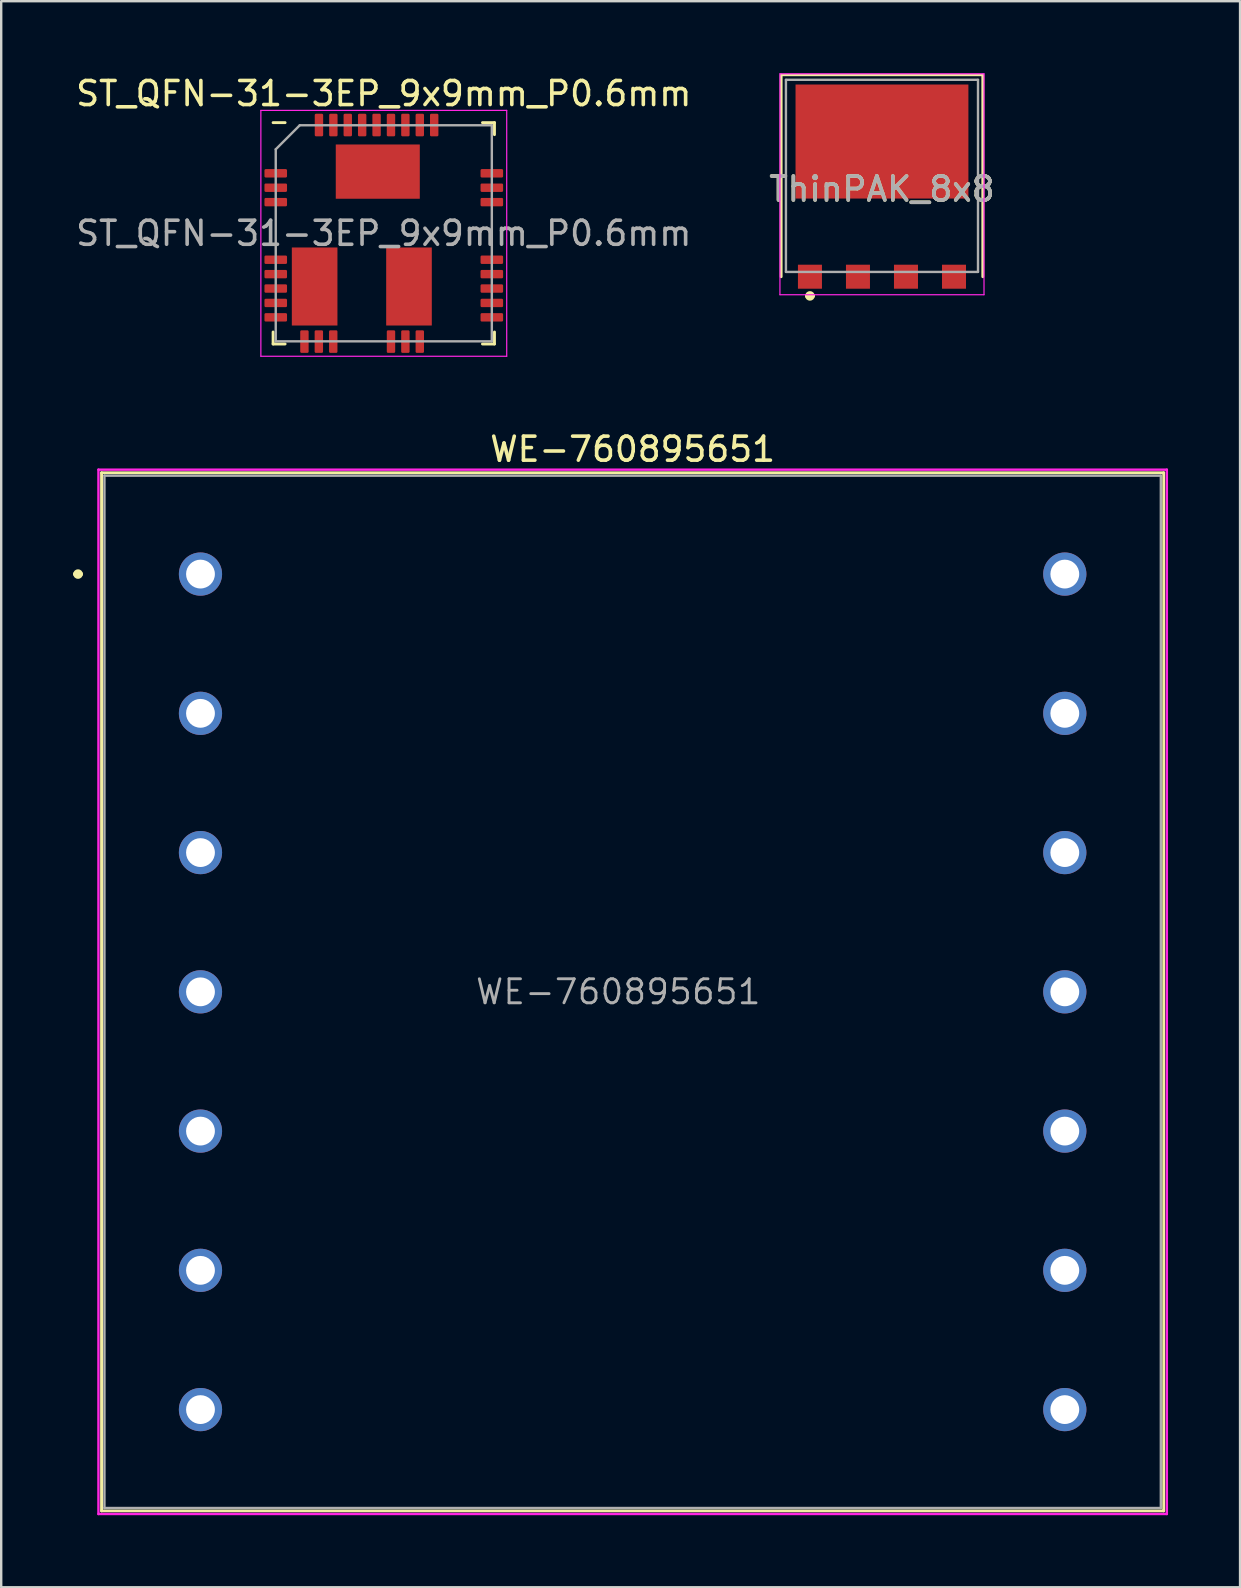
<source format=kicad_pcb>
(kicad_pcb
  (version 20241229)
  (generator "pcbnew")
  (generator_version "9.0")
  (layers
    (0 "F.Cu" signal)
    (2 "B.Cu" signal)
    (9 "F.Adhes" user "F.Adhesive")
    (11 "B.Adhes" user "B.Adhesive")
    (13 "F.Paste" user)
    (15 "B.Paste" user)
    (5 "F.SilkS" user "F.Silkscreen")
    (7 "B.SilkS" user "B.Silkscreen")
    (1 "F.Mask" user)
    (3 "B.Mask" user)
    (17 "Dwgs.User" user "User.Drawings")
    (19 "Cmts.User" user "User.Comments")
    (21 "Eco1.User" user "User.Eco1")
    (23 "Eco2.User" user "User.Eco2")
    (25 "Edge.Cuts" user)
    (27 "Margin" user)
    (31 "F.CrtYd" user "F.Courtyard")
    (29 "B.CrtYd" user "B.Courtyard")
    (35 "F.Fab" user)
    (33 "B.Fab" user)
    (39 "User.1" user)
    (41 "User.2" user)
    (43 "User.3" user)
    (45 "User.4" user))
  (footprint "ThinPAK_8x8"
    (layer "F.Cu")
    (at 33.685 4.275)
    (property "Reference" "ThinPAK_8x8" (at 0 0.55 0) (layer "F.SilkS") (effects (font (size 1 1) (thickness 0.15))))
    (attr smd)
    (fp_line (start -4.2 -4.2) (end 4.2 -4.2) (stroke (width 0.1) (type solid)) (layer "F.SilkS"))
    (fp_line (start -4.2 4.2) (end -4.2 -4.2) (stroke (width 0.12) (type solid)) (layer "F.SilkS"))
    (fp_line (start -3.1 5) (end -3.1 5) (stroke (width 0.2) (type solid)) (layer "F.SilkS"))
    (fp_line (start -2.9 5) (end -2.9 5) (stroke (width 0.2) (type solid)) (layer "F.SilkS"))
    (fp_line (start 4.2 -4.2) (end 4.2 4.2) (stroke (width 0.12) (type solid)) (layer "F.SilkS"))
    (fp_arc (start -3.1 5) (mid -3 4.9) (end -2.9 5) (stroke (width 0.2) (type solid)) (layer "F.SilkS"))
    (fp_arc (start -2.9 5) (mid -3 5.1) (end -3.1 5) (stroke (width 0.2) (type solid)) (layer "F.SilkS"))
    (fp_line (start -4.25 -4.25) (end -4.25 4.95) (stroke (width 0.05) (type default)) (layer "F.CrtYd"))
    (fp_line (start -4.25 -4.25) (end 4.25 -4.25) (stroke (width 0.05) (type default)) (layer "F.CrtYd"))
    (fp_line (start -4.25 4.95) (end 4.25 4.95) (stroke (width 0.05) (type default)) (layer "F.CrtYd"))
    (fp_line (start 4.25 -4.25) (end 4.25 4.95) (stroke (width 0.05) (type default)) (layer "F.CrtYd"))
    (fp_line (start -4 -4) (end 4 -4) (stroke (width 0.1) (type solid)) (layer "F.Fab"))
    (fp_line (start -4 4) (end -4 -4) (stroke (width 0.1) (type solid)) (layer "F.Fab"))
    (fp_line (start 4 -4) (end 4 4) (stroke (width 0.1) (type solid)) (layer "F.Fab"))
    (fp_line (start 4 4) (end -4 4) (stroke (width 0.1) (type solid)) (layer "F.Fab"))
    (fp_text user "${REFERENCE}" (at 0 0.55 0) (layer "F.Fab") (effects (font (size 1 1) (thickness 0.15))))
    (pad "1" smd rect (at 0 -1.43 90) (size 4.75 7.2) (layers "F.Cu" "F.Mask" "F.Paste"))
    (pad "2" smd rect (at -3 4.2 90) (size 1 1) (layers "F.Cu" "F.Mask" "F.Paste"))
    (pad "2" smd rect (at -1 4.2 90) (size 1 1) (layers "F.Cu" "F.Mask" "F.Paste"))
    (pad "NC" smd rect (at 1 4.2 90) (size 1 1) (layers "F.Cu" "F.Mask" "F.Paste"))
    (pad "NC" smd rect (at 3 4.2 90) (size 1 1) (layers "F.Cu" "F.Mask" "F.Paste")))
  (footprint "ST_QFN-31-3EP_9x9mm_P0.6mm"
    (layer "F.Cu")
    (at 12.935 6.668)
    (property "Reference" "ST_QFN-31-3EP_9x9mm_P0.6mm" (at 0 -5.82 0) (layer "F.SilkS") (effects (font (size 1 1) (thickness 0.15))))
    (attr smd)
    (fp_line (start -4.61 4.61) (end -4.61 4.11) (stroke (width 0.12) (type solid)) (layer "F.SilkS"))
    (fp_line (start -4.11 -4.61) (end -4.61 -4.61) (stroke (width 0.12) (type solid)) (layer "F.SilkS"))
    (fp_line (start -4.11 4.61) (end -4.61 4.61) (stroke (width 0.12) (type solid)) (layer "F.SilkS"))
    (fp_line (start 4.11 -4.61) (end 4.61 -4.61) (stroke (width 0.12) (type solid)) (layer "F.SilkS"))
    (fp_line (start 4.11 4.61) (end 4.61 4.61) (stroke (width 0.12) (type solid)) (layer "F.SilkS"))
    (fp_line (start 4.61 -4.61) (end 4.61 -4.11) (stroke (width 0.12) (type solid)) (layer "F.SilkS"))
    (fp_line (start 4.61 4.61) (end 4.61 4.11) (stroke (width 0.12) (type solid)) (layer "F.SilkS"))
    (fp_line (start -5.12 -5.12) (end -5.12 5.12) (stroke (width 0.05) (type solid)) (layer "F.CrtYd"))
    (fp_line (start -5.12 5.12) (end 5.12 5.12) (stroke (width 0.05) (type solid)) (layer "F.CrtYd"))
    (fp_line (start 5.12 -5.12) (end -5.12 -5.12) (stroke (width 0.05) (type solid)) (layer "F.CrtYd"))
    (fp_line (start 5.12 5.12) (end 5.12 -5.12) (stroke (width 0.05) (type solid)) (layer "F.CrtYd"))
    (fp_line (start -4.5 -3.5) (end -3.5 -4.5) (stroke (width 0.1) (type solid)) (layer "F.Fab"))
    (fp_line (start -4.5 4.5) (end -4.5 -3.5) (stroke (width 0.1) (type solid)) (layer "F.Fab"))
    (fp_line (start -3.5 -4.5) (end 4.5 -4.5) (stroke (width 0.1) (type solid)) (layer "F.Fab"))
    (fp_line (start 4.5 -4.5) (end 4.5 4.5) (stroke (width 0.1) (type solid)) (layer "F.Fab"))
    (fp_line (start 4.5 4.5) (end -4.5 4.5) (stroke (width 0.1) (type solid)) (layer "F.Fab"))
    (fp_text user "${REFERENCE}" (at 0 0 0) (layer "F.Fab") (effects (font (size 1 1) (thickness 0.15))))
    (pad "1" smd roundrect (at -4.5 -2.5) (size 0.94 0.35) (layers "F.Cu" "F.Mask" "F.Paste") (roundrect_rratio 0.15))
    (pad "2" smd roundrect (at -4.5 -1.9) (size 0.94 0.35) (layers "F.Cu" "F.Mask" "F.Paste") (roundrect_rratio 0.15))
    (pad "3" smd roundrect (at -4.5 -1.3) (size 0.94 0.35) (layers "F.Cu" "F.Mask" "F.Paste") (roundrect_rratio 0.15))
    (pad "4" smd roundrect (at -4.5 1.1) (size 0.94 0.35) (layers "F.Cu" "F.Mask" "F.Paste") (roundrect_rratio 0.15))
    (pad "5" smd roundrect (at -4.5 1.7) (size 0.94 0.35) (layers "F.Cu" "F.Mask" "F.Paste") (roundrect_rratio 0.15))
    (pad "6" smd roundrect (at -4.5 2.3) (size 0.94 0.35) (layers "F.Cu" "F.Mask" "F.Paste") (roundrect_rratio 0.15))
    (pad "7" smd roundrect (at -4.5 2.9) (size 0.94 0.35) (layers "F.Cu" "F.Mask" "F.Paste") (roundrect_rratio 0.15))
    (pad "8" smd roundrect (at -4.5 3.5) (size 0.94 0.35) (layers "F.Cu" "F.Mask" "F.Paste") (roundrect_rratio 0.15))
    (pad "9" smd roundrect (at -3.305 4.51 270) (size 0.94 0.35) (layers "F.Cu" "F.Mask" "F.Paste") (roundrect_rratio 0.15))
    (pad "10" smd roundrect (at -2.705 4.51 270) (size 0.94 0.35) (layers "F.Cu" "F.Mask" "F.Paste") (roundrect_rratio 0.15))
    (pad "11" smd roundrect (at -2.105 4.51 270) (size 0.94 0.35) (layers "F.Cu" "F.Mask" "F.Paste") (roundrect_rratio 0.15))
    (pad "12" smd roundrect (at 0.3 4.51 90) (size 0.94 0.35) (layers "F.Cu" "F.Mask" "F.Paste") (roundrect_rratio 0.15))
    (pad "13" smd roundrect (at 0.9 4.51 90) (size 0.94 0.35) (layers "F.Cu" "F.Mask" "F.Paste") (roundrect_rratio 0.15))
    (pad "14" smd roundrect (at 1.5 4.51 90) (size 0.94 0.35) (layers "F.Cu" "F.Mask" "F.Paste") (roundrect_rratio 0.15))
    (pad "15" smd roundrect (at 4.5 3.5) (size 0.94 0.35) (layers "F.Cu" "F.Mask" "F.Paste") (roundrect_rratio 0.15))
    (pad "16" smd roundrect (at 4.5 2.9) (size 0.94 0.35) (layers "F.Cu" "F.Mask" "F.Paste") (roundrect_rratio 0.15))
    (pad "17" smd roundrect (at 4.5 2.3) (size 0.94 0.35) (layers "F.Cu" "F.Mask" "F.Paste") (roundrect_rratio 0.15))
    (pad "18" smd roundrect (at 4.5 1.7) (size 0.94 0.35) (layers "F.Cu" "F.Mask" "F.Paste") (roundrect_rratio 0.15))
    (pad "19" smd roundrect (at 4.5 1.1) (size 0.94 0.35) (layers "F.Cu" "F.Mask" "F.Paste") (roundrect_rratio 0.15))
    (pad "20" smd roundrect (at 4.5 -1.3) (size 0.94 0.35) (layers "F.Cu" "F.Mask" "F.Paste") (roundrect_rratio 0.15))
    (pad "21" smd roundrect (at 4.5 -1.9) (size 0.94 0.35) (layers "F.Cu" "F.Mask" "F.Paste") (roundrect_rratio 0.15))
    (pad "22" smd roundrect (at 4.5 -2.5) (size 0.94 0.35) (layers "F.Cu" "F.Mask" "F.Paste") (roundrect_rratio 0.15))
    (pad "23" smd roundrect (at 2.1 -4.51 270) (size 0.94 0.35) (layers "F.Cu" "F.Mask" "F.Paste") (roundrect_rratio 0.15))
    (pad "24" smd roundrect (at 1.5 -4.51 270) (size 0.94 0.35) (layers "F.Cu" "F.Mask" "F.Paste") (roundrect_rratio 0.15))
    (pad "25" smd roundrect (at 0.9 -4.51 270) (size 0.94 0.35) (layers "F.Cu" "F.Mask" "F.Paste") (roundrect_rratio 0.15))
    (pad "26" smd roundrect (at 0.3 -4.51 270) (size 0.94 0.35) (layers "F.Cu" "F.Mask" "F.Paste") (roundrect_rratio 0.15))
    (pad "27" smd roundrect (at -0.3 -4.51 270) (size 0.94 0.35) (layers "F.Cu" "F.Mask" "F.Paste") (roundrect_rratio 0.15))
    (pad "28" smd roundrect (at -0.9 -4.51 270) (size 0.94 0.35) (layers "F.Cu" "F.Mask" "F.Paste") (roundrect_rratio 0.15))
    (pad "29" smd roundrect (at -1.5 -4.51 270) (size 0.94 0.35) (layers "F.Cu" "F.Mask" "F.Paste") (roundrect_rratio 0.15))
    (pad "30" smd roundrect (at -2.1 -4.51 270) (size 0.94 0.35) (layers "F.Cu" "F.Mask" "F.Paste") (roundrect_rratio 0.15))
    (pad "31" smd roundrect (at -2.7 -4.51 270) (size 0.94 0.35) (layers "F.Cu" "F.Mask" "F.Paste") (roundrect_rratio 0.15))
    (pad "EP1" smd rect (at -0.25 -2.57) (size 3.5 2.26) (layers "F.Cu" "F.Mask" "F.Paste"))
    (pad "EP2" smd rect (at -2.88 2.215) (size 1.9 3.25) (layers "F.Cu" "F.Mask" "F.Paste"))
    (pad "EP3" smd rect (at 1.05 2.215) (size 1.9 3.25) (layers "F.Cu" "F.Mask" "F.Paste")))
  (footprint "WE-760895651"
    (layer "F.Cu")
    (at 23.3 38.261)
    (property "Reference" "WE-760895651" (at 0 -22.6 0) (layer "F.SilkS") (effects (font (size 1 1) (thickness 0.15))))
    (attr through_hole)
    (fp_line (start -23.2 -17.4) (end -23.2 -17.4) (stroke (width 0.2) (type solid)) (layer "F.SilkS"))
    (fp_line (start -23 -17.4) (end -23 -17.4) (stroke (width 0.2) (type solid)) (layer "F.SilkS"))
    (fp_line (start -22.12 -21.62) (end 22.12 -21.62) (stroke (width 0.12) (type solid)) (layer "F.SilkS"))
    (fp_line (start -22.12 21.62) (end -22.12 -21.62) (stroke (width 0.12) (type solid)) (layer "F.SilkS"))
    (fp_line (start 22.12 -21.62) (end 22.12 21.62) (stroke (width 0.12) (type solid)) (layer "F.SilkS"))
    (fp_line (start 22.12 21.62) (end -22.12 21.62) (stroke (width 0.12) (type solid)) (layer "F.SilkS"))
    (fp_arc (start -23.2 -17.4) (mid -23.1 -17.5) (end -23 -17.4) (stroke (width 0.2) (type solid)) (layer "F.SilkS"))
    (fp_arc (start -23 -17.4) (mid -23.1 -17.3) (end -23.2 -17.4) (stroke (width 0.2) (type solid)) (layer "F.SilkS"))
    (fp_line (start -22.25 -21.75) (end 22.25 -21.75) (stroke (width 0.1) (type solid)) (layer "F.CrtYd"))
    (fp_line (start -22.25 21.75) (end -22.25 -21.75) (stroke (width 0.1) (type solid)) (layer "F.CrtYd"))
    (fp_line (start 22.25 -21.75) (end 22.25 21.75) (stroke (width 0.1) (type solid)) (layer "F.CrtYd"))
    (fp_line (start 22.25 21.75) (end -22.25 21.75) (stroke (width 0.1) (type solid)) (layer "F.CrtYd"))
    (fp_line (start -22 -21.5) (end 22 -21.5) (stroke (width 0.1) (type solid)) (layer "F.Fab"))
    (fp_line (start -22 21.5) (end -22 -21.5) (stroke (width 0.1) (type solid)) (layer "F.Fab"))
    (fp_line (start 22 -21.5) (end 22 21.5) (stroke (width 0.1) (type solid)) (layer "F.Fab"))
    (fp_line (start 22 21.5) (end -22 21.5) (stroke (width 0.1) (type solid)) (layer "F.Fab"))
    (fp_text user "${REFERENCE}" (at -0.6 0 0) (layer "F.Fab") (effects (font (size 1 1) (thickness 0.12))))
    (pad "1" thru_hole circle (at -18 -17.4) (size 1.8 1.8) (drill 1.2) (layers "*.Cu" "*.Mask"))
    (pad "2" thru_hole circle (at -18 -11.6) (size 1.8 1.8) (drill 1.2) (layers "*.Cu" "*.Mask"))
    (pad "3" thru_hole circle (at -18 -5.8) (size 1.8 1.8) (drill 1.2) (layers "*.Cu" "*.Mask"))
    (pad "4" thru_hole circle (at -18 0) (size 1.8 1.8) (drill 1.2) (layers "*.Cu" "*.Mask"))
    (pad "5" thru_hole circle (at -18 5.8) (size 1.8 1.8) (drill 1.2) (layers "*.Cu" "*.Mask"))
    (pad "6" thru_hole circle (at -18 11.6) (size 1.8 1.8) (drill 1.2) (layers "*.Cu" "*.Mask"))
    (pad "7" thru_hole circle (at -18 17.4) (size 1.8 1.8) (drill 1.2) (layers "*.Cu" "*.Mask"))
    (pad "8" thru_hole circle (at 18 17.4) (size 1.8 1.8) (drill 1.2) (layers "*.Cu" "*.Mask"))
    (pad "9" thru_hole circle (at 18 11.6) (size 1.8 1.8) (drill 1.2) (layers "*.Cu" "*.Mask"))
    (pad "10" thru_hole circle (at 18 5.8) (size 1.8 1.8) (drill 1.2) (layers "*.Cu" "*.Mask"))
    (pad "11" thru_hole circle (at 18 0) (size 1.8 1.8) (drill 1.2) (layers "*.Cu" "*.Mask"))
    (pad "12" thru_hole circle (at 18 -5.8) (size 1.8 1.8) (drill 1.2) (layers "*.Cu" "*.Mask"))
    (pad "13" thru_hole circle (at 18 -11.6) (size 1.8 1.8) (drill 1.2) (layers "*.Cu" "*.Mask"))
    (pad "14" thru_hole circle (at 18 -17.4) (size 1.8 1.8) (drill 1.2) (layers "*.Cu" "*.Mask")))
  (gr_rect
    (start -3 -3)
    (end 48.6 63.062)
    (stroke (width 0.1) (type default))
    (fill no)
    (layer "Edge.Cuts")))
</source>
